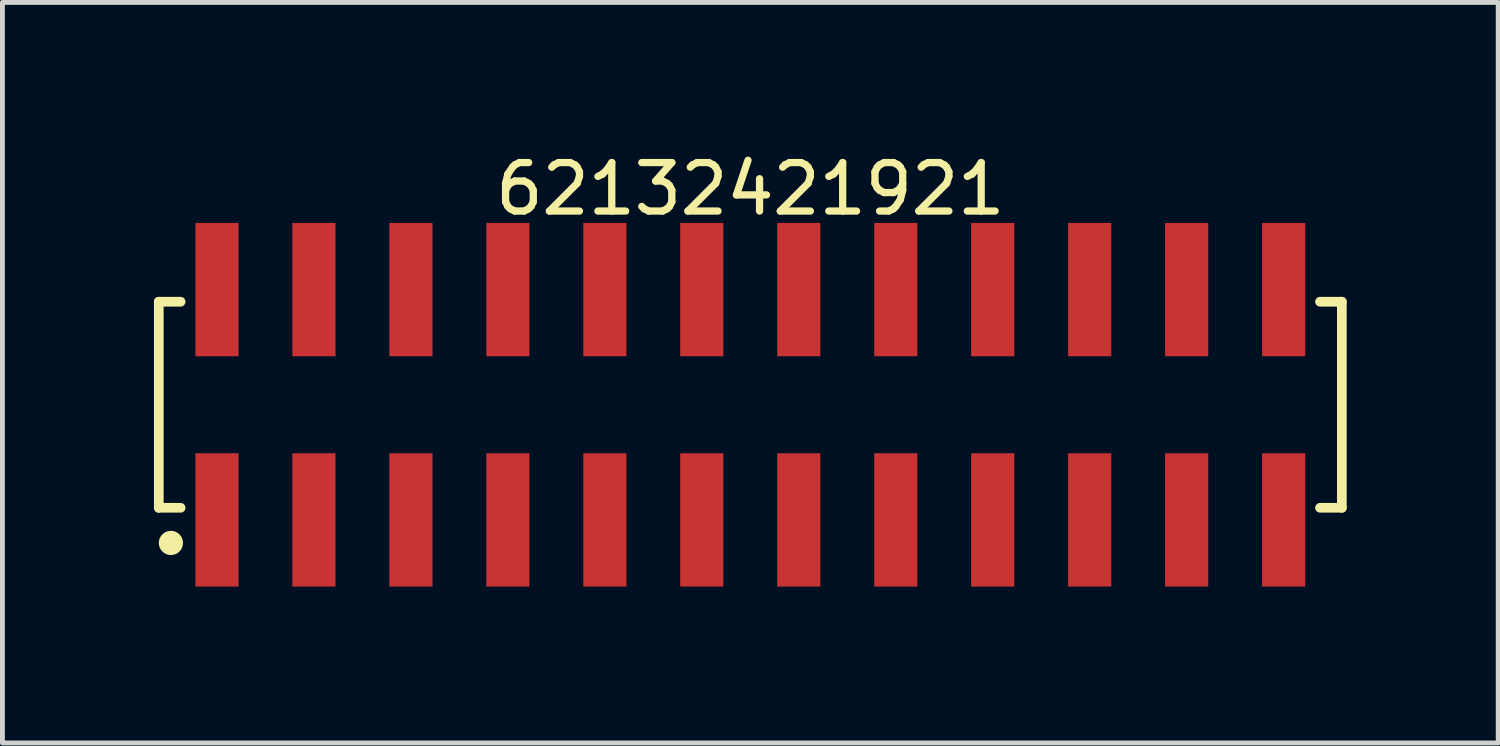
<source format=kicad_pcb>
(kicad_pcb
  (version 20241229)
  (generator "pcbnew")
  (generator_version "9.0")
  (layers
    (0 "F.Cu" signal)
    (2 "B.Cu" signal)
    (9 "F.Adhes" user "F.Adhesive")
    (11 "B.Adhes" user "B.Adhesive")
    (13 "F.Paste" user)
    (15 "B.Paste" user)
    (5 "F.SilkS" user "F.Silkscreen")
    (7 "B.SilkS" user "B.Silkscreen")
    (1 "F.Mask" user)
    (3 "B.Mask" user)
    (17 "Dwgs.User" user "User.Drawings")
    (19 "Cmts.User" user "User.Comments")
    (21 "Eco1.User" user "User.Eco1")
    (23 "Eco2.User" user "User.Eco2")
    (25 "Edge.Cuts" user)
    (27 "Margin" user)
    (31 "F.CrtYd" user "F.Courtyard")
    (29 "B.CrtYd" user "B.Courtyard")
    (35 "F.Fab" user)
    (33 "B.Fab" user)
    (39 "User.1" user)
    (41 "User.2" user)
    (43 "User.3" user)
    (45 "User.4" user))
  (footprint "62132421921"
    (layer "F.Cu")
    (at 12.425 5.298)
    (property "Reference" "62132421921" (at 0 -4.45 0) (layer "F.SilkS") (effects (font (size 1 1) (thickness 0.15))))
    (fp_line (start -12.2 -2.125) (end -11.75 -2.125) (stroke (width 0.2) (type solid)) (layer "F.SilkS"))
    (fp_line (start -12.2 2.125) (end -12.2 -2.125) (stroke (width 0.2) (type solid)) (layer "F.SilkS"))
    (fp_line (start -12.2 2.125) (end -11.75 2.125) (stroke (width 0.2) (type solid)) (layer "F.SilkS"))
    (fp_line (start 11.75 -2.125) (end 12.2 -2.125) (stroke (width 0.2) (type solid)) (layer "F.SilkS"))
    (fp_line (start 11.75 2.125) (end 12.2 2.125) (stroke (width 0.2) (type solid)) (layer "F.SilkS"))
    (fp_line (start 12.2 2.125) (end 12.2 -2.125) (stroke (width 0.2) (type solid)) (layer "F.SilkS"))
    (fp_circle (center -11.95 2.85) (end -11.95 2.725) (stroke (width 0.25) (type solid)) (fill no) (layer "F.SilkS"))
    (fp_line (start -12.4 -3.95) (end 12.4 -3.95) (stroke (width 0.05) (type solid)) (layer "Eco2.User"))
    (fp_line (start -12.4 3.95) (end -12.4 -3.95) (stroke (width 0.05) (type solid)) (layer "Eco2.User"))
    (fp_line (start -12.4 3.95) (end 12.4 3.95) (stroke (width 0.05) (type solid)) (layer "Eco2.User"))
    (fp_line (start -12 -2) (end 12 -2) (stroke (width 0.1) (type solid)) (layer "Eco2.User"))
    (fp_line (start -12 2) (end -12 -2) (stroke (width 0.1) (type solid)) (layer "Eco2.User"))
    (fp_line (start -12 2) (end 12 2) (stroke (width 0.1) (type solid)) (layer "Eco2.User"))
    (fp_line (start -11.25 -3.1) (end -10.75 -3.1) (stroke (width 0.1) (type solid)) (layer "Eco2.User"))
    (fp_line (start -11.25 -2) (end -11.25 -3.1) (stroke (width 0.1) (type solid)) (layer "Eco2.User"))
    (fp_line (start -11.25 3.1) (end -11.25 2) (stroke (width 0.1) (type solid)) (layer "Eco2.User"))
    (fp_line (start -11.25 3.1) (end -10.75 3.1) (stroke (width 0.1) (type solid)) (layer "Eco2.User"))
    (fp_line (start -10.75 -2) (end -10.75 -3.1) (stroke (width 0.1) (type solid)) (layer "Eco2.User"))
    (fp_line (start -10.75 3.1) (end -10.75 2) (stroke (width 0.1) (type solid)) (layer "Eco2.User"))
    (fp_line (start -9.25 -3.1) (end -8.75 -3.1) (stroke (width 0.1) (type solid)) (layer "Eco2.User"))
    (fp_line (start -9.25 -2) (end -9.25 -3.1) (stroke (width 0.1) (type solid)) (layer "Eco2.User"))
    (fp_line (start -9.25 3.1) (end -9.25 2) (stroke (width 0.1) (type solid)) (layer "Eco2.User"))
    (fp_line (start -9.25 3.1) (end -8.75 3.1) (stroke (width 0.1) (type solid)) (layer "Eco2.User"))
    (fp_line (start -8.75 -2) (end -8.75 -3.1) (stroke (width 0.1) (type solid)) (layer "Eco2.User"))
    (fp_line (start -8.75 3.1) (end -8.75 2) (stroke (width 0.1) (type solid)) (layer "Eco2.User"))
    (fp_line (start -7.25 -3.1) (end -6.75 -3.1) (stroke (width 0.1) (type solid)) (layer "Eco2.User"))
    (fp_line (start -7.25 -2) (end -7.25 -3.1) (stroke (width 0.1) (type solid)) (layer "Eco2.User"))
    (fp_line (start -7.25 3.1) (end -7.25 2) (stroke (width 0.1) (type solid)) (layer "Eco2.User"))
    (fp_line (start -7.25 3.1) (end -6.75 3.1) (stroke (width 0.1) (type solid)) (layer "Eco2.User"))
    (fp_line (start -6.75 -2) (end -6.75 -3.1) (stroke (width 0.1) (type solid)) (layer "Eco2.User"))
    (fp_line (start -6.75 3.1) (end -6.75 2) (stroke (width 0.1) (type solid)) (layer "Eco2.User"))
    (fp_line (start -5.25 -3.1) (end -4.75 -3.1) (stroke (width 0.1) (type solid)) (layer "Eco2.User"))
    (fp_line (start -5.25 -2) (end -5.25 -3.1) (stroke (width 0.1) (type solid)) (layer "Eco2.User"))
    (fp_line (start -5.25 3.1) (end -5.25 2) (stroke (width 0.1) (type solid)) (layer "Eco2.User"))
    (fp_line (start -5.25 3.1) (end -4.75 3.1) (stroke (width 0.1) (type solid)) (layer "Eco2.User"))
    (fp_line (start -4.75 -2) (end -4.75 -3.1) (stroke (width 0.1) (type solid)) (layer "Eco2.User"))
    (fp_line (start -4.75 3.1) (end -4.75 2) (stroke (width 0.1) (type solid)) (layer "Eco2.User"))
    (fp_line (start -3.25 -3.1) (end -2.75 -3.1) (stroke (width 0.1) (type solid)) (layer "Eco2.User"))
    (fp_line (start -3.25 -2) (end -3.25 -3.1) (stroke (width 0.1) (type solid)) (layer "Eco2.User"))
    (fp_line (start -3.25 3.1) (end -3.25 2) (stroke (width 0.1) (type solid)) (layer "Eco2.User"))
    (fp_line (start -3.25 3.1) (end -2.75 3.1) (stroke (width 0.1) (type solid)) (layer "Eco2.User"))
    (fp_line (start -2.75 -2) (end -2.75 -3.1) (stroke (width 0.1) (type solid)) (layer "Eco2.User"))
    (fp_line (start -2.75 3.1) (end -2.75 2) (stroke (width 0.1) (type solid)) (layer "Eco2.User"))
    (fp_line (start -1.25 -3.1) (end -0.75 -3.1) (stroke (width 0.1) (type solid)) (layer "Eco2.User"))
    (fp_line (start -1.25 -2) (end -1.25 -3.1) (stroke (width 0.1) (type solid)) (layer "Eco2.User"))
    (fp_line (start -1.25 3.1) (end -1.25 2) (stroke (width 0.1) (type solid)) (layer "Eco2.User"))
    (fp_line (start -1.25 3.1) (end -0.75 3.1) (stroke (width 0.1) (type solid)) (layer "Eco2.User"))
    (fp_line (start -0.75 -2) (end -0.75 -3.1) (stroke (width 0.1) (type solid)) (layer "Eco2.User"))
    (fp_line (start -0.75 3.1) (end -0.75 2) (stroke (width 0.1) (type solid)) (layer "Eco2.User"))
    (fp_line (start -0.5 0) (end 0.5 0) (stroke (width 0.05) (type solid)) (layer "Eco2.User"))
    (fp_line (start 0 0.5) (end 0 -0.5) (stroke (width 0.05) (type solid)) (layer "Eco2.User"))
    (fp_line (start 0.75 -3.1) (end 1.25 -3.1) (stroke (width 0.1) (type solid)) (layer "Eco2.User"))
    (fp_line (start 0.75 -2) (end 0.75 -3.1) (stroke (width 0.1) (type solid)) (layer "Eco2.User"))
    (fp_line (start 0.75 3.1) (end 0.75 2) (stroke (width 0.1) (type solid)) (layer "Eco2.User"))
    (fp_line (start 0.75 3.1) (end 1.25 3.1) (stroke (width 0.1) (type solid)) (layer "Eco2.User"))
    (fp_line (start 1.25 -2) (end 1.25 -3.1) (stroke (width 0.1) (type solid)) (layer "Eco2.User"))
    (fp_line (start 1.25 3.1) (end 1.25 2) (stroke (width 0.1) (type solid)) (layer "Eco2.User"))
    (fp_line (start 2.75 -3.1) (end 3.25 -3.1) (stroke (width 0.1) (type solid)) (layer "Eco2.User"))
    (fp_line (start 2.75 -2) (end 2.75 -3.1) (stroke (width 0.1) (type solid)) (layer "Eco2.User"))
    (fp_line (start 2.75 3.1) (end 2.75 2) (stroke (width 0.1) (type solid)) (layer "Eco2.User"))
    (fp_line (start 2.75 3.1) (end 3.25 3.1) (stroke (width 0.1) (type solid)) (layer "Eco2.User"))
    (fp_line (start 3.25 -2) (end 3.25 -3.1) (stroke (width 0.1) (type solid)) (layer "Eco2.User"))
    (fp_line (start 3.25 3.1) (end 3.25 2) (stroke (width 0.1) (type solid)) (layer "Eco2.User"))
    (fp_line (start 4.75 -3.1) (end 5.25 -3.1) (stroke (width 0.1) (type solid)) (layer "Eco2.User"))
    (fp_line (start 4.75 -2) (end 4.75 -3.1) (stroke (width 0.1) (type solid)) (layer "Eco2.User"))
    (fp_line (start 4.75 3.1) (end 4.75 2) (stroke (width 0.1) (type solid)) (layer "Eco2.User"))
    (fp_line (start 4.75 3.1) (end 5.25 3.1) (stroke (width 0.1) (type solid)) (layer "Eco2.User"))
    (fp_line (start 5.25 -2) (end 5.25 -3.1) (stroke (width 0.1) (type solid)) (layer "Eco2.User"))
    (fp_line (start 5.25 3.1) (end 5.25 2) (stroke (width 0.1) (type solid)) (layer "Eco2.User"))
    (fp_line (start 6.75 -3.1) (end 7.25 -3.1) (stroke (width 0.1) (type solid)) (layer "Eco2.User"))
    (fp_line (start 6.75 -2) (end 6.75 -3.1) (stroke (width 0.1) (type solid)) (layer "Eco2.User"))
    (fp_line (start 6.75 3.1) (end 6.75 2) (stroke (width 0.1) (type solid)) (layer "Eco2.User"))
    (fp_line (start 6.75 3.1) (end 7.25 3.1) (stroke (width 0.1) (type solid)) (layer "Eco2.User"))
    (fp_line (start 7.25 -2) (end 7.25 -3.1) (stroke (width 0.1) (type solid)) (layer "Eco2.User"))
    (fp_line (start 7.25 3.1) (end 7.25 2) (stroke (width 0.1) (type solid)) (layer "Eco2.User"))
    (fp_line (start 8.75 -3.1) (end 9.25 -3.1) (stroke (width 0.1) (type solid)) (layer "Eco2.User"))
    (fp_line (start 8.75 -2) (end 8.75 -3.1) (stroke (width 0.1) (type solid)) (layer "Eco2.User"))
    (fp_line (start 8.75 3.1) (end 8.75 2) (stroke (width 0.1) (type solid)) (layer "Eco2.User"))
    (fp_line (start 8.75 3.1) (end 9.25 3.1) (stroke (width 0.1) (type solid)) (layer "Eco2.User"))
    (fp_line (start 9.25 -2) (end 9.25 -3.1) (stroke (width 0.1) (type solid)) (layer "Eco2.User"))
    (fp_line (start 9.25 3.1) (end 9.25 2) (stroke (width 0.1) (type solid)) (layer "Eco2.User"))
    (fp_line (start 10.75 -3.1) (end 11.25 -3.1) (stroke (width 0.1) (type solid)) (layer "Eco2.User"))
    (fp_line (start 10.75 -2) (end 10.75 -3.1) (stroke (width 0.1) (type solid)) (layer "Eco2.User"))
    (fp_line (start 10.75 3.1) (end 10.75 2) (stroke (width 0.1) (type solid)) (layer "Eco2.User"))
    (fp_line (start 10.75 3.1) (end 11.25 3.1) (stroke (width 0.1) (type solid)) (layer "Eco2.User"))
    (fp_line (start 11.25 -2) (end 11.25 -3.1) (stroke (width 0.1) (type solid)) (layer "Eco2.User"))
    (fp_line (start 11.25 3.1) (end 11.25 2) (stroke (width 0.1) (type solid)) (layer "Eco2.User"))
    (fp_line (start 12 2) (end 12 -2) (stroke (width 0.1) (type solid)) (layer "Eco2.User"))
    (fp_line (start 12.4 3.95) (end 12.4 -3.95) (stroke (width 0.05) (type solid)) (layer "Eco2.User"))
    (fp_text user "${REFERENCE}" (at 0.15 -0.197 0) (unlocked yes) (layer "User.3") (effects (font (size 1.5 1.5) (thickness 0.15))))
    (pad "1" smd rect (at -11 2.375) (size 0.89 2.75) (layers "F.Cu" "F.Mask" "F.Paste"))
    (pad "2" smd rect (at -11 -2.375) (size 0.89 2.75) (layers "F.Cu" "F.Mask" "F.Paste"))
    (pad "3" smd rect (at -9 2.375) (size 0.89 2.75) (layers "F.Cu" "F.Mask" "F.Paste"))
    (pad "4" smd rect (at -9 -2.375) (size 0.89 2.75) (layers "F.Cu" "F.Mask" "F.Paste"))
    (pad "5" smd rect (at -7 2.375) (size 0.89 2.75) (layers "F.Cu" "F.Mask" "F.Paste"))
    (pad "6" smd rect (at -7 -2.375) (size 0.89 2.75) (layers "F.Cu" "F.Mask" "F.Paste"))
    (pad "7" smd rect (at -5 2.375) (size 0.89 2.75) (layers "F.Cu" "F.Mask" "F.Paste"))
    (pad "8" smd rect (at -5 -2.375) (size 0.89 2.75) (layers "F.Cu" "F.Mask" "F.Paste"))
    (pad "9" smd rect (at -3 2.375) (size 0.89 2.75) (layers "F.Cu" "F.Mask" "F.Paste"))
    (pad "10" smd rect (at -3 -2.375) (size 0.89 2.75) (layers "F.Cu" "F.Mask" "F.Paste"))
    (pad "11" smd rect (at -1 2.375) (size 0.89 2.75) (layers "F.Cu" "F.Mask" "F.Paste"))
    (pad "12" smd rect (at -1 -2.375) (size 0.89 2.75) (layers "F.Cu" "F.Mask" "F.Paste"))
    (pad "13" smd rect (at 1 2.375) (size 0.89 2.75) (layers "F.Cu" "F.Mask" "F.Paste"))
    (pad "14" smd rect (at 1 -2.375) (size 0.89 2.75) (layers "F.Cu" "F.Mask" "F.Paste"))
    (pad "15" smd rect (at 3 2.375) (size 0.89 2.75) (layers "F.Cu" "F.Mask" "F.Paste"))
    (pad "16" smd rect (at 3 -2.375) (size 0.89 2.75) (layers "F.Cu" "F.Mask" "F.Paste"))
    (pad "17" smd rect (at 5 2.375) (size 0.89 2.75) (layers "F.Cu" "F.Mask" "F.Paste"))
    (pad "18" smd rect (at 5 -2.375) (size 0.89 2.75) (layers "F.Cu" "F.Mask" "F.Paste"))
    (pad "19" smd rect (at 7 2.375) (size 0.89 2.75) (layers "F.Cu" "F.Mask" "F.Paste"))
    (pad "20" smd rect (at 7 -2.375) (size 0.89 2.75) (layers "F.Cu" "F.Mask" "F.Paste"))
    (pad "21" smd rect (at 9 2.375) (size 0.89 2.75) (layers "F.Cu" "F.Mask" "F.Paste"))
    (pad "22" smd rect (at 9 -2.375) (size 0.89 2.75) (layers "F.Cu" "F.Mask" "F.Paste"))
    (pad "23" smd rect (at 11 2.375) (size 0.89 2.75) (layers "F.Cu" "F.Mask" "F.Paste"))
    (pad "24" smd rect (at 11 -2.375) (size 0.89 2.75) (layers "F.Cu" "F.Mask" "F.Paste")))
  (gr_rect
    (start -3 -3)
    (end 27.85 12.273)
    (stroke (width 0.1) (type default))
    (fill no)
    (layer "Edge.Cuts")))
</source>
